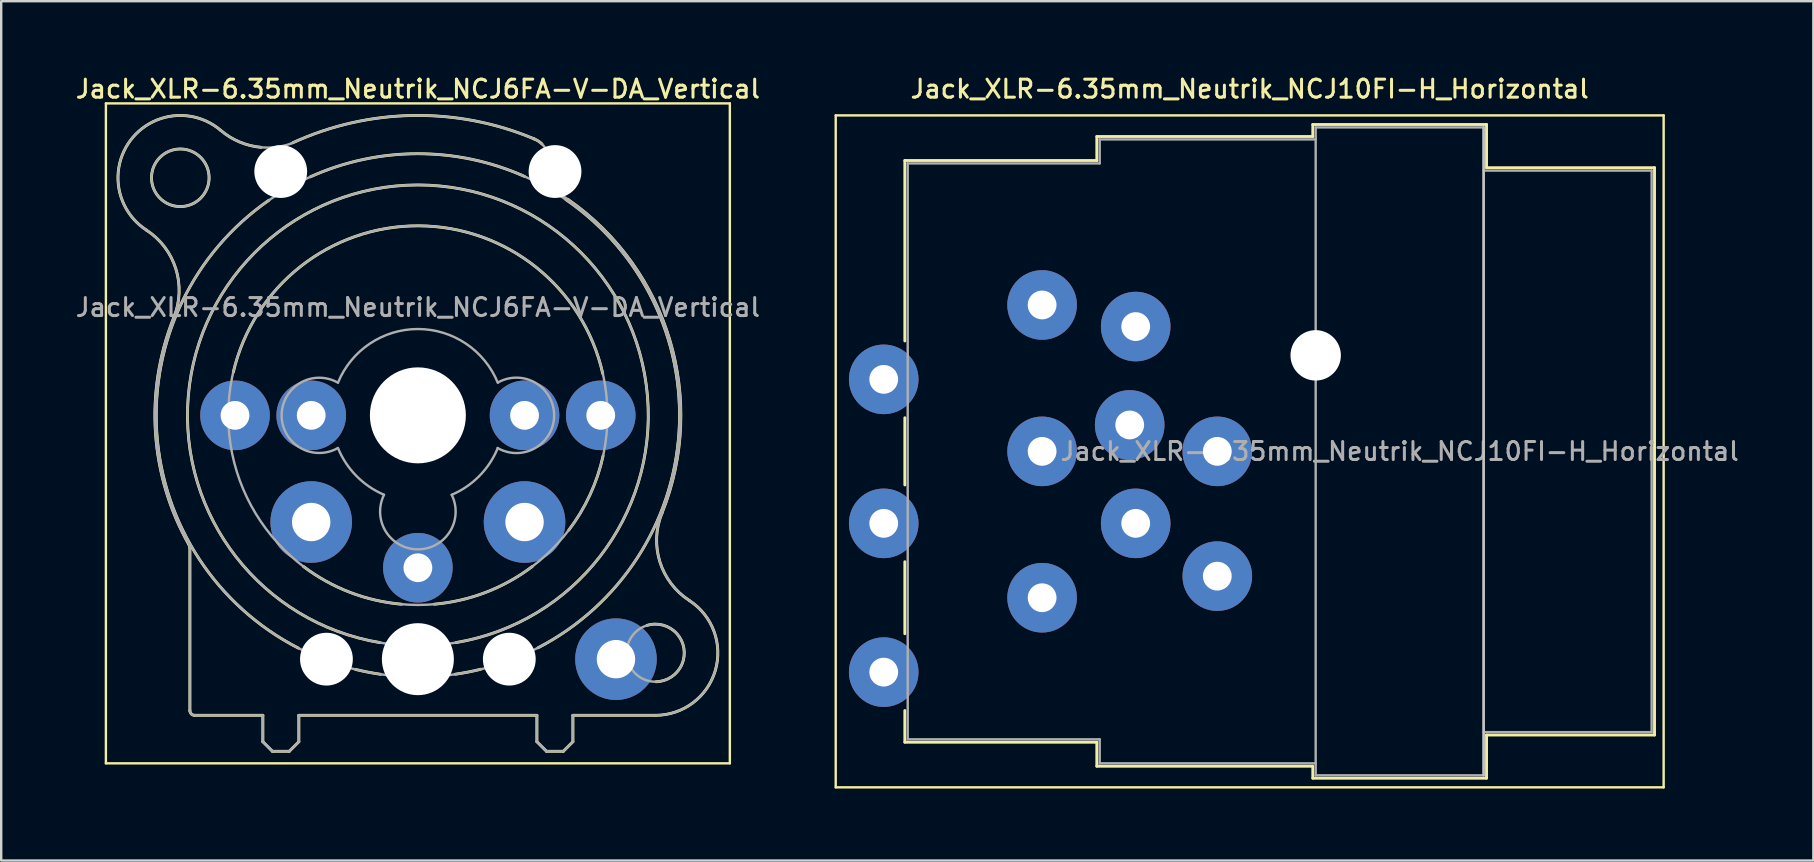
<source format=kicad_pcb>
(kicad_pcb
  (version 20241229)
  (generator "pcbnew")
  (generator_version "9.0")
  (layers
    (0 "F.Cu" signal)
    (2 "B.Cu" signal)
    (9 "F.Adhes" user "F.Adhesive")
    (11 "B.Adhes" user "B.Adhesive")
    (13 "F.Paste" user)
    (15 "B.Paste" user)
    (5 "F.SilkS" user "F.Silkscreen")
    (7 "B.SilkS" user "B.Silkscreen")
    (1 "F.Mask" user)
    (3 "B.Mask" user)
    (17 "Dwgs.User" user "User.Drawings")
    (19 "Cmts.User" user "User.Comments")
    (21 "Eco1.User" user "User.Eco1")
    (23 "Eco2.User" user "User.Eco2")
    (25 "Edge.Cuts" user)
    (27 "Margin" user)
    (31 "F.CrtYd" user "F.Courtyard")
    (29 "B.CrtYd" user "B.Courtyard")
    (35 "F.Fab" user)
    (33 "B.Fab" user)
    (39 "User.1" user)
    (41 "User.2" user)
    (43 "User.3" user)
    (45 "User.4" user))
  (footprint "Jack_XLR-6.35mm_Neutrik_NCJ10FI-H_Horizontal"
    (layer "F.Cu")
    (at 40.375 9.658)
    (property "Reference" "Jack_XLR-6.35mm_Neutrik_NCJ10FI-H_Horizontal" (at 8.65 -9 0) (layer "F.SilkS") (effects (font (size 0.75 0.75) (thickness 0.125))))
    (attr through_hole)
    (fp_line (start -8.6 -7.9) (end -8.6 20.1) (stroke (width 0.1) (type solid)) (layer "F.SilkS"))
    (fp_line (start -5.72 -6.02) (end -5.72 1.5) (stroke (width 0.12) (type solid)) (layer "F.SilkS"))
    (fp_line (start -5.72 4.7) (end -5.72 7.5) (stroke (width 0.12) (type solid)) (layer "F.SilkS"))
    (fp_line (start -5.72 10.7) (end -5.72 13.7) (stroke (width 0.12) (type solid)) (layer "F.SilkS"))
    (fp_line (start -5.72 16.9) (end -5.72 18.22) (stroke (width 0.12) (type solid)) (layer "F.SilkS"))
    (fp_line (start 2.28 -7.02) (end 2.28 -6.02) (stroke (width 0.12) (type solid)) (layer "F.SilkS"))
    (fp_line (start 2.28 -6.02) (end -5.72 -6.02) (stroke (width 0.12) (type solid)) (layer "F.SilkS"))
    (fp_line (start 2.28 18.22) (end -5.72 18.22) (stroke (width 0.12) (type solid)) (layer "F.SilkS"))
    (fp_line (start 2.28 19.22) (end 2.28 18.22) (stroke (width 0.12) (type solid)) (layer "F.SilkS"))
    (fp_line (start 11.28 -7.02) (end 2.28 -7.02) (stroke (width 0.12) (type solid)) (layer "F.SilkS"))
    (fp_line (start 11.28 -7.02) (end 11.28 -7.52) (stroke (width 0.12) (type solid)) (layer "F.SilkS"))
    (fp_line (start 11.28 19.22) (end 2.28 19.22) (stroke (width 0.12) (type solid)) (layer "F.SilkS"))
    (fp_line (start 11.28 19.72) (end 11.28 19.22) (stroke (width 0.12) (type solid)) (layer "F.SilkS"))
    (fp_line (start 18.52 -7.52) (end 11.28 -7.52) (stroke (width 0.12) (type solid)) (layer "F.SilkS"))
    (fp_line (start 18.52 -7.52) (end 18.52 -5.72) (stroke (width 0.12) (type solid)) (layer "F.SilkS"))
    (fp_line (start 18.52 -5.72) (end 25.52 -5.72) (stroke (width 0.12) (type solid)) (layer "F.SilkS"))
    (fp_line (start 18.52 17.92) (end 18.52 19.72) (stroke (width 0.12) (type solid)) (layer "F.SilkS"))
    (fp_line (start 18.52 17.92) (end 25.52 17.92) (stroke (width 0.12) (type solid)) (layer "F.SilkS"))
    (fp_line (start 18.52 19.72) (end 11.28 19.72) (stroke (width 0.12) (type solid)) (layer "F.SilkS"))
    (fp_line (start 25.52 -5.72) (end 25.52 17.92) (stroke (width 0.12) (type solid)) (layer "F.SilkS"))
    (fp_line (start 25.9 -7.9) (end -8.6 -7.9) (stroke (width 0.1) (type solid)) (layer "F.SilkS"))
    (fp_line (start 25.9 -7.9) (end 25.9 20.1) (stroke (width 0.1) (type solid)) (layer "F.SilkS"))
    (fp_line (start 25.9 20.1) (end -8.6 20.1) (stroke (width 0.1) (type solid)) (layer "F.SilkS"))
    (fp_line (start 18.4 -7.4) (end 18.4 19.6) (stroke (width 0.1) (type solid)) (layer "Dwgs.User"))
    (fp_line (start -5.6 -5.9) (end -5.6 18.1) (stroke (width 0.1) (type solid)) (layer "F.Fab"))
    (fp_line (start -5.6 18.1) (end 2.4 18.1) (stroke (width 0.1) (type solid)) (layer "F.Fab"))
    (fp_line (start 2.4 -6.9) (end 2.4 -5.9) (stroke (width 0.1) (type solid)) (layer "F.Fab"))
    (fp_line (start 2.4 -5.9) (end -5.6 -5.9) (stroke (width 0.1) (type solid)) (layer "F.Fab"))
    (fp_line (start 2.4 18.1) (end 2.4 19.1) (stroke (width 0.1) (type solid)) (layer "F.Fab"))
    (fp_line (start 2.4 19.1) (end 11.4 19.1) (stroke (width 0.1) (type solid)) (layer "F.Fab"))
    (fp_line (start 11.4 -7.4) (end 18.4 -7.4) (stroke (width 0.1) (type solid)) (layer "F.Fab"))
    (fp_line (start 11.4 -6.9) (end 2.4 -6.9) (stroke (width 0.1) (type solid)) (layer "F.Fab"))
    (fp_line (start 11.4 19.6) (end 11.4 -7.4) (stroke (width 0.1) (type solid)) (layer "F.Fab"))
    (fp_line (start 18.4 -7.4) (end 18.4 19.6) (stroke (width 0.1) (type solid)) (layer "F.Fab"))
    (fp_line (start 18.4 -5.6) (end 25.4 -5.6) (stroke (width 0.1) (type solid)) (layer "F.Fab"))
    (fp_line (start 18.4 19.6) (end 11.4 19.6) (stroke (width 0.1) (type solid)) (layer "F.Fab"))
    (fp_line (start 25.4 -5.6) (end 25.4 17.8) (stroke (width 0.1) (type solid)) (layer "F.Fab"))
    (fp_line (start 25.4 17.8) (end 18.4 17.8) (stroke (width 0.1) (type solid)) (layer "F.Fab"))
    (fp_text user "${REFERENCE}" (at 14.9 6.1 0) (layer "F.Fab") (effects (font (size 0.75 0.75) (thickness 0.125))))
    (pad "" np_thru_hole circle (at 11.4 2.1) (size 2.1 2.1) (drill 2.1) (layers "*.Cu" "*.Mask"))
    (pad "1" thru_hole circle (at 0 0) (size 2.9 2.9) (drill 1.2) (layers "*.Cu" "*.Mask"))
    (pad "2" thru_hole circle (at 0 12.2) (size 2.9 2.9) (drill 1.2) (layers "*.Cu" "*.Mask"))
    (pad "3" thru_hole circle (at 0 6.1) (size 2.9 2.9) (drill 1.2) (layers "*.Cu" "*.Mask"))
    (pad "G" thru_hole circle (at 7.3 6.1) (size 2.9 2.9) (drill 1.2) (layers "*.Cu" "*.Mask"))
    (pad "GN" thru_hole circle (at 3.65 5) (size 2.9 2.9) (drill 1.2) (layers "*.Cu" "*.Mask"))
    (pad "R" thru_hole circle (at 3.9 0.9) (size 2.9 2.9) (drill 1.2) (layers "*.Cu" "*.Mask"))
    (pad "RN" thru_hole circle (at -6.6 3.1) (size 2.9 2.9) (drill 1.2) (layers "*.Cu" "*.Mask"))
    (pad "S" thru_hole circle (at 7.3 11.3) (size 2.9 2.9) (drill 1.2) (layers "*.Cu" "*.Mask"))
    (pad "SN" thru_hole circle (at 3.9 9.1) (size 2.9 2.9) (drill 1.2) (layers "*.Cu" "*.Mask"))
    (pad "T" thru_hole circle (at -6.6 15.3) (size 2.9 2.9) (drill 1.2) (layers "*.Cu" "*.Mask"))
    (pad "TN" thru_hole circle (at -6.6 9.1) (size 2.9 2.9) (drill 1.2) (layers "*.Cu" "*.Mask")))
  (footprint "Jack_XLR-6.35mm_Neutrik_NCJ6FA-V-DA_Vertical"
    (layer "F.Cu")
    (at 21.983 14.258)
    (property "Reference" "Jack_XLR-6.35mm_Neutrik_NCJ6FA-V-DA_Vertical" (at -7.62 -13.6 0) (layer "F.SilkS") (effects (font (size 0.75 0.75) (thickness 0.125))))
    (attr through_hole)
    (fp_line (start -20.62 -13) (end 5.38 -13) (stroke (width 0.1) (type solid)) (layer "F.SilkS"))
    (fp_line (start -20.62 14.5) (end -20.62 -13) (stroke (width 0.1) (type solid)) (layer "F.SilkS"))
    (fp_line (start -17.12 5.51) (end -17.12 12.3) (stroke (width 0.12) (type solid)) (layer "F.SilkS"))
    (fp_line (start -14.08 12.5) (end -16.92 12.5) (stroke (width 0.12) (type solid)) (layer "F.SilkS"))
    (fp_line (start -14.08 12.5) (end -14.08 13.6) (stroke (width 0.12) (type solid)) (layer "F.SilkS"))
    (fp_line (start -13.68 14) (end -14.08 13.6) (stroke (width 0.12) (type solid)) (layer "F.SilkS"))
    (fp_line (start -12.98 14) (end -13.68 14) (stroke (width 0.12) (type solid)) (layer "F.SilkS"))
    (fp_line (start -12.98 14) (end -12.58 13.6) (stroke (width 0.12) (type solid)) (layer "F.SilkS"))
    (fp_line (start -12.58 12.5) (end -12.58 13.6) (stroke (width 0.12) (type solid)) (layer "F.SilkS"))
    (fp_line (start -12.58 12.5) (end -2.66 12.5) (stroke (width 0.12) (type solid)) (layer "F.SilkS"))
    (fp_line (start -2.66 12.5) (end -2.66 13.6) (stroke (width 0.12) (type solid)) (layer "F.SilkS"))
    (fp_line (start -2.26 14) (end -2.66 13.6) (stroke (width 0.12) (type solid)) (layer "F.SilkS"))
    (fp_line (start -1.56 14) (end -2.26 14) (stroke (width 0.12) (type solid)) (layer "F.SilkS"))
    (fp_line (start -1.56 14) (end -1.16 13.6) (stroke (width 0.12) (type solid)) (layer "F.SilkS"))
    (fp_line (start -1.16 12.5) (end -1.16 13.6) (stroke (width 0.12) (type solid)) (layer "F.SilkS"))
    (fp_line (start 2.28 12.5) (end -1.16 12.5) (stroke (width 0.12) (type solid)) (layer "F.SilkS"))
    (fp_line (start 5.38 -13) (end 5.38 14.5) (stroke (width 0.1) (type solid)) (layer "F.SilkS"))
    (fp_line (start 5.38 14.5) (end -20.62 14.5) (stroke (width 0.1) (type solid)) (layer "F.SilkS"))
    (fp_arc (start -18.934795 -7.72258) (mid -19.602935 -11.450543) (end -15.84 -11.88) (stroke (width 0.12) (type solid)) (layer "F.SilkS"))
    (fp_arc (start -18.930969 -7.719195) (mid -17.705389 -6.104985) (end -17.79 -4.08) (stroke (width 0.12) (type solid)) (layer "F.SilkS"))
    (fp_arc (start -17.154956 5.397698) (mid -17.130185 5.451579) (end -17.12 5.51) (stroke (width 0.12) (type solid)) (layer "F.SilkS"))
    (fp_arc (start -17.144015 5.419265) (mid -18.552638 0.743459) (end -17.79 -4.08) (stroke (width 0.12) (type solid)) (layer "F.SilkS"))
    (fp_arc (start -16.92 12.5) (mid -17.061421 12.441421) (end -17.12 12.3) (stroke (width 0.12) (type solid)) (layer "F.SilkS"))
    (fp_arc (start -15.31 -1.8) (mid -7.589115 -7.897794) (end 0.083843 -1.739802) (stroke (width 0.12) (type solid)) (layer "F.SilkS"))
    (fp_arc (start -14.148924 -11.168665) (mid -15.050317 -11.391547) (end -15.84 -11.88) (stroke (width 0.12) (type solid)) (layer "F.SilkS"))
    (fp_arc (start -12.835768 -11.357498) (mid -7.808953 -12.496451) (end -2.75 -11.51) (stroke (width 0.12) (type solid)) (layer "F.SilkS"))
    (fp_arc (start -12.6 9.7) (mid -18.500043 0.717682) (end -13.830991 -8.961807) (stroke (width 0.12) (type solid)) (layer "F.SilkS"))
    (fp_arc (start -12.1 -9.94) (mid -7.641178 -10.902915) (end -3.178648 -9.957329) (stroke (width 0.12) (type solid)) (layer "F.SilkS"))
    (fp_arc (start -9.2 9.47) (mid -7.62467 -9.6009) (end -6.030789 9.468459) (stroke (width 0.12) (type solid)) (layer "F.SilkS"))
    (fp_arc (start -9.17 10.79) (mid -9.695239 10.701401) (end -10.215522 10.58725) (stroke (width 0.12) (type solid)) (layer "F.SilkS"))
    (fp_arc (start -8.3 7.87) (mid -10.455796 7.372758) (end -12.389148 6.297184) (stroke (width 0.12) (type solid)) (layer "F.SilkS"))
    (fp_arc (start -5 10.58) (mid -5.529293 10.697184) (end -6.063757 10.787906) (stroke (width 0.12) (type solid)) (layer "F.SilkS"))
    (fp_arc (start -2.850852 6.297184) (mid -4.784204 7.372758) (end -6.94 7.87) (stroke (width 0.12) (type solid)) (layer "F.SilkS"))
    (fp_arc (start -2.789231 -11.524852) (mid -2.608846 -11.434431) (end -2.45 -11.31) (stroke (width 0.12) (type solid)) (layer "F.SilkS"))
    (fp_arc (start -1.45 -8.99) (mid 3.262553 0.677525) (end -2.61272 9.685874) (stroke (width 0.12) (type solid)) (layer "F.SilkS"))
    (fp_arc (start -1.372521 -9.002461) (mid 2.876242 -3.147094) (end 2.55 4.08) (stroke (width 0.12) (type solid)) (layer "F.SilkS"))
    (fp_arc (start 0.097858 1.687355) (mid -0.447404 3.31155) (end -1.33 4.78) (stroke (width 0.12) (type solid)) (layer "F.SilkS"))
    (fp_arc (start 1.932014 8.75139) (mid 3.4657 9.714222) (end 2.3 11.1) (stroke (width 0.12) (type solid)) (layer "F.SilkS"))
    (fp_arc (start 3.687208 7.712208) (mid 2.463871 6.101094) (end 2.55 4.08) (stroke (width 0.12) (type solid)) (layer "F.SilkS"))
    (fp_arc (start 3.696061 7.719457) (mid 4.772931 10.63844) (end 2.28 12.5) (stroke (width 0.12) (type solid)) (layer "F.SilkS"))
    (fp_circle (center -17.52 -9.9) (end -16.32 -9.9) (stroke (width 0.12) (type solid)) (fill no) (layer "F.SilkS"))
    (fp_line (start -17.12 5.51) (end -17.12 12.3) (stroke (width 0.1) (type solid)) (layer "F.Fab"))
    (fp_line (start -14.08 12.5) (end -16.92 12.5) (stroke (width 0.1) (type solid)) (layer "F.Fab"))
    (fp_line (start -14.08 12.5) (end -14.08 13.6) (stroke (width 0.1) (type solid)) (layer "F.Fab"))
    (fp_line (start -13.68 14) (end -14.08 13.6) (stroke (width 0.1) (type solid)) (layer "F.Fab"))
    (fp_line (start -12.98 14) (end -13.68 14) (stroke (width 0.1) (type solid)) (layer "F.Fab"))
    (fp_line (start -12.98 14) (end -12.58 13.6) (stroke (width 0.1) (type solid)) (layer "F.Fab"))
    (fp_line (start -12.58 12.5) (end -12.58 13.6) (stroke (width 0.1) (type solid)) (layer "F.Fab"))
    (fp_line (start -12.58 12.5) (end -2.66 12.5) (stroke (width 0.1) (type solid)) (layer "F.Fab"))
    (fp_line (start -2.66 12.5) (end -2.66 13.6) (stroke (width 0.1) (type solid)) (layer "F.Fab"))
    (fp_line (start -2.37 -9.82) (end -2.21 -10.22) (stroke (width 0.1) (type solid)) (layer "F.Fab"))
    (fp_line (start -2.26 14) (end -2.66 13.6) (stroke (width 0.1) (type solid)) (layer "F.Fab"))
    (fp_line (start -1.56 14) (end -2.26 14) (stroke (width 0.1) (type solid)) (layer "F.Fab"))
    (fp_line (start -1.56 14) (end -1.16 13.6) (stroke (width 0.1) (type solid)) (layer "F.Fab"))
    (fp_line (start -1.16 12.5) (end -1.16 13.6) (stroke (width 0.1) (type solid)) (layer "F.Fab"))
    (fp_line (start 2.28 12.5) (end -1.16 12.5) (stroke (width 0.1) (type solid)) (layer "F.Fab"))
    (fp_arc (start -18.934795 -7.72258) (mid -19.602935 -11.450543) (end -15.84 -11.88) (stroke (width 0.1) (type solid)) (layer "F.Fab"))
    (fp_arc (start -18.930969 -7.719195) (mid -17.705389 -6.104985) (end -17.79 -4.08) (stroke (width 0.1) (type solid)) (layer "F.Fab"))
    (fp_arc (start -17.154956 5.397698) (mid -17.130185 5.451579) (end -17.12 5.51) (stroke (width 0.1) (type solid)) (layer "F.Fab"))
    (fp_arc (start -17.144015 5.419265) (mid -18.552638 0.743459) (end -17.79 -4.08) (stroke (width 0.1) (type solid)) (layer "F.Fab"))
    (fp_arc (start -16.92 12.5) (mid -17.061421 12.441421) (end -17.12 12.3) (stroke (width 0.1) (type solid)) (layer "F.Fab"))
    (fp_arc (start -12.914931 -11.320809) (mid -7.852572 -12.495716) (end -2.75 -11.51) (stroke (width 0.1) (type solid)) (layer "F.Fab"))
    (fp_arc (start -12.913921 -11.321101) (mid -14.451447 -11.210582) (end -15.84 -11.88) (stroke (width 0.1) (type solid)) (layer "F.Fab"))
    (fp_arc (start -10.954064 1.362323) (mid -13.297799 -0.002341) (end -10.95 -1.36) (stroke (width 0.1) (type solid)) (layer "F.Fab"))
    (fp_arc (start -10.945975 -1.369814) (mid -7.614696 -3.597009) (end -4.29 -1.36) (stroke (width 0.1) (type solid)) (layer "F.Fab"))
    (fp_arc (start -9.036119 3.306525) (mid -10.184888 2.521874) (end -10.95 1.36) (stroke (width 0.1) (type solid)) (layer "F.Fab"))
    (fp_arc (start -6.208725 3.312574) (mid -7.621436 5.584198) (end -9.03 3.31) (stroke (width 0.1) (type solid)) (layer "F.Fab"))
    (fp_arc (start -4.291917 1.36677) (mid -5.059455 2.527411) (end -6.21 3.31) (stroke (width 0.1) (type solid)) (layer "F.Fab"))
    (fp_arc (start -4.284946 -1.368604) (mid -1.941293 0.00867) (end -4.3 1.36) (stroke (width 0.1) (type solid)) (layer "F.Fab"))
    (fp_arc (start -2.752398 -11.51057) (mid -2.22343 -10.97362) (end -2.21 -10.22) (stroke (width 0.1) (type solid)) (layer "F.Fab"))
    (fp_arc (start -2.280824 -9.569143) (mid 2.709976 -3.656075) (end 2.55 4.08) (stroke (width 0.1) (type solid)) (layer "F.Fab"))
    (fp_arc (start -2.264515 -9.56035) (mid -2.366315 -9.670245) (end -2.37 -9.82) (stroke (width 0.1) (type solid)) (layer "F.Fab"))
    (fp_arc (start -2.20715 -10.954211) (mid -1.183963 -10.175931) (end -2.37 -9.68) (stroke (width 0.1) (type solid)) (layer "F.Fab"))
    (fp_arc (start 3.687208 7.712208) (mid 2.463871 6.101094) (end 2.55 4.08) (stroke (width 0.1) (type solid)) (layer "F.Fab"))
    (fp_arc (start 3.696061 7.719457) (mid 4.772931 10.63844) (end 2.28 12.5) (stroke (width 0.1) (type solid)) (layer "F.Fab"))
    (fp_circle (center -17.52 -9.9) (end -16.32 -9.9) (stroke (width 0.1) (type solid)) (fill no) (layer "F.Fab"))
    (fp_circle (center -7.62 0) (end 0.28 0) (stroke (width 0.1) (type solid)) (fill no) (layer "F.Fab"))
    (fp_circle (center -7.62 0) (end 1.98 0) (stroke (width 0.1) (type solid)) (fill no) (layer "F.Fab"))
    (fp_circle (center -7.62 0) (end 3.28 0) (stroke (width 0.1) (type solid)) (fill no) (layer "F.Fab"))
    (fp_circle (center 2.28 9.9) (end 3.48 9.9) (stroke (width 0.1) (type solid)) (fill no) (layer "F.Fab"))
    (fp_text user "${REFERENCE}" (at -7.62 -4.5 0) (layer "F.Fab") (effects (font (size 0.75 0.75) (thickness 0.125))))
    (pad "" np_thru_hole circle (at -13.335 -10.16) (size 2.2 2.2) (drill 2.2) (layers "*.Cu" "*.Mask"))
    (pad "" np_thru_hole circle (at -11.43 10.16) (size 2.2 2.2) (drill 2.2) (layers "*.Cu" "*.Mask"))
    (pad "" np_thru_hole circle (at -7.62 0) (size 4 4) (drill 4) (layers "*.Cu" "*.Mask"))
    (pad "" np_thru_hole circle (at -7.62 10.16) (size 3 3) (drill 3) (layers "*.Cu" "*.Mask"))
    (pad "" np_thru_hole circle (at -3.81 10.16) (size 2.2 2.2) (drill 2.2) (layers "*.Cu" "*.Mask"))
    (pad "" np_thru_hole circle (at -1.905 -10.16) (size 2.2 2.2) (drill 2.2) (layers "*.Cu" "*.Mask"))
    (pad "1" thru_hole circle (at 0 0) (size 2.9 2.9) (drill 1.2) (layers "*.Cu" "*.Mask"))
    (pad "2" thru_hole circle (at -15.24 0) (size 2.9 2.9) (drill 1.2) (layers "*.Cu" "*.Mask"))
    (pad "3" thru_hole circle (at -7.62 6.35) (size 2.9 2.9) (drill 1.2) (layers "*.Cu" "*.Mask"))
    (pad "G" thru_hole circle (at 0.635 10.16) (size 3.4 3.4) (drill 1.6) (layers "*.Cu" "*.Mask"))
    (pad "R" thru_hole circle (at -12.065 0) (size 2.9 2.9) (drill 1.2) (layers "*.Cu" "*.Mask"))
    (pad "S" thru_hole circle (at -3.175 0) (size 2.9 2.9) (drill 1.2) (layers "*.Cu" "*.Mask"))
    (pad "T" thru_hole circle (at -12.065 4.445) (size 3.4 3.4) (drill 1.6) (layers "*.Cu" "*.Mask"))
    (pad "T" thru_hole circle (at -3.175 4.445) (size 3.4 3.4) (drill 1.6) (layers "*.Cu" "*.Mask")))
  (gr_rect
    (start -3 -3)
    (end 72.513 32.808)
    (stroke (width 0.1) (type default))
    (fill no)
    (layer "Edge.Cuts")))
</source>
